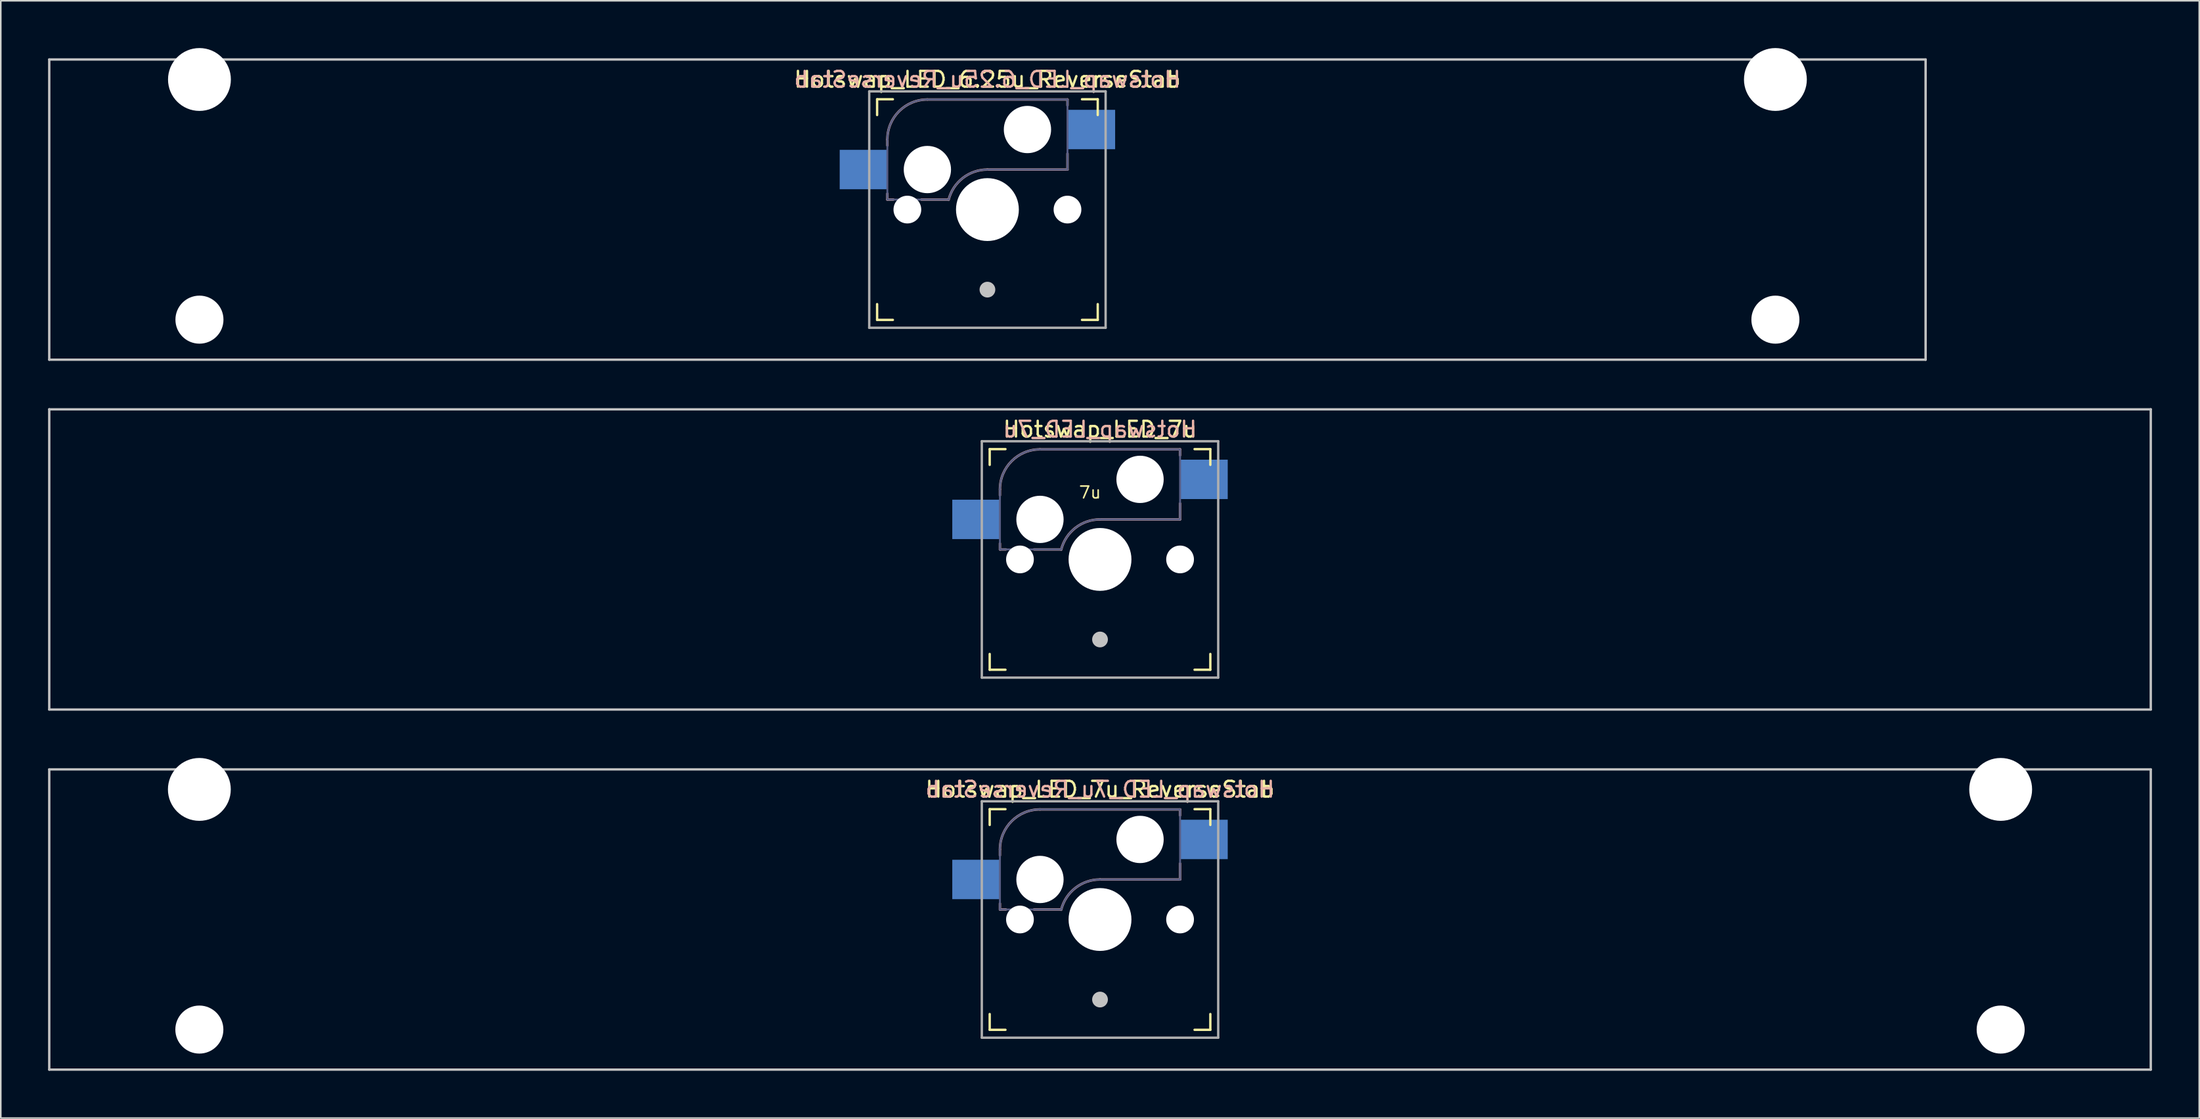
<source format=kicad_pcb>
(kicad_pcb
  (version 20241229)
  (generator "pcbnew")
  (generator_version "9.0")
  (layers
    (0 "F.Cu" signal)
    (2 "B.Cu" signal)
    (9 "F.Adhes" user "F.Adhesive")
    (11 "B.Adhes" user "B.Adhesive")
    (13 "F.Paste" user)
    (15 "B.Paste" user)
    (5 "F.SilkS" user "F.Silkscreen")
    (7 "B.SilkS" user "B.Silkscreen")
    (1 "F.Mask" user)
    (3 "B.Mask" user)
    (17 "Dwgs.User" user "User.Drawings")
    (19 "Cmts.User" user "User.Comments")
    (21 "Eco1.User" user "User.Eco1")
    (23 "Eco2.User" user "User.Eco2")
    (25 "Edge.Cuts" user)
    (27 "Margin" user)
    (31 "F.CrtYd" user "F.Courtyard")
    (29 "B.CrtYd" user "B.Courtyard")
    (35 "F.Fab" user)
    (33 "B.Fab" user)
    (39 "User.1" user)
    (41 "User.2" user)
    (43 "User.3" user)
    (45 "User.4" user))
  (footprint "Hotswap_LED_7u_ReverseStab"
    (layer "F.Cu")
    (at 66.75 55.298)
    (property "Reference" "Hotswap_LED_7u_ReverseStab" (at 0 -8.255 0) (layer "F.SilkS") (effects (font (size 1 1) (thickness 0.15))))
    (attr through_hole)
    (fp_line (start -7 -6) (end -7 -7) (stroke (width 0.15) (type solid)) (layer "F.SilkS"))
    (fp_line (start -7 7) (end -7 6) (stroke (width 0.15) (type solid)) (layer "F.SilkS"))
    (fp_line (start -7 7) (end -6 7) (stroke (width 0.15) (type solid)) (layer "F.SilkS"))
    (fp_line (start -6 -7) (end -7 -7) (stroke (width 0.15) (type solid)) (layer "F.SilkS"))
    (fp_line (start 6 7) (end 7 7) (stroke (width 0.15) (type solid)) (layer "F.SilkS"))
    (fp_line (start 7 -7) (end 6 -7) (stroke (width 0.15) (type solid)) (layer "F.SilkS"))
    (fp_line (start 7 -7) (end 7 -6) (stroke (width 0.15) (type solid)) (layer "F.SilkS"))
    (fp_line (start 7 6) (end 7 7) (stroke (width 0.15) (type solid)) (layer "F.SilkS"))
    (fp_line (start -6.35 -4.445) (end -6.35 -4.064) (stroke (width 0.15) (type solid)) (layer "B.SilkS"))
    (fp_line (start -6.35 -1.016) (end -6.35 -0.635) (stroke (width 0.15) (type solid)) (layer "B.SilkS"))
    (fp_line (start -6.35 -0.635) (end -5.969 -0.635) (stroke (width 0.15) (type solid)) (layer "B.SilkS"))
    (fp_line (start -4.191 -0.635) (end -2.54 -0.635) (stroke (width 0.15) (type solid)) (layer "B.SilkS"))
    (fp_line (start 0 -2.54) (end 5.08 -2.54) (stroke (width 0.15) (type solid)) (layer "B.SilkS"))
    (fp_line (start 5.08 -6.985) (end -3.81 -6.985) (stroke (width 0.15) (type solid)) (layer "B.SilkS"))
    (fp_line (start 5.08 -6.604) (end 5.08 -6.985) (stroke (width 0.15) (type solid)) (layer "B.SilkS"))
    (fp_line (start 5.08 -2.54) (end 5.08 -3.556) (stroke (width 0.15) (type solid)) (layer "B.SilkS"))
    (fp_arc (start -6.35 -4.445) (mid -5.606051 -6.241051) (end -3.81 -6.985) (stroke (width 0.15) (type solid)) (layer "B.SilkS"))
    (fp_arc (start -2.464162 -0.61604) (mid -1.563147 -2.002042) (end 0 -2.54) (stroke (width 0.15) (type solid)) (layer "B.SilkS"))
    (fp_line (start -66.675 -9.525) (end 66.675 -9.525) (stroke (width 0.15) (type solid)) (layer "Dwgs.User"))
    (fp_line (start -66.675 9.525) (end -66.675 -9.525) (stroke (width 0.15) (type solid)) (layer "Dwgs.User"))
    (fp_line (start -66.675 9.525) (end 66.675 9.525) (stroke (width 0.15) (type solid)) (layer "Dwgs.User"))
    (fp_line (start 66.675 -9.525) (end 66.675 9.525) (stroke (width 0.15) (type solid)) (layer "Dwgs.User"))
    (fp_line (start -58.801 -6.096) (end -58.801 5.334) (stroke (width 0.152) (type solid)) (layer "Eco2.User"))
    (fp_line (start -58.801 5.334) (end -55.499 5.334) (stroke (width 0.152) (type solid)) (layer "Eco2.User"))
    (fp_line (start -55.499 -6.096) (end -58.801 -6.096) (stroke (width 0.152) (type solid)) (layer "Eco2.User"))
    (fp_line (start -55.499 5.334) (end -55.499 -6.096) (stroke (width 0.152) (type solid)) (layer "Eco2.User"))
    (fp_line (start -6.9 6.9) (end -6.9 -6.9) (stroke (width 0.15) (type solid)) (layer "Eco2.User"))
    (fp_line (start -6.9 6.9) (end 6.9 6.9) (stroke (width 0.15) (type solid)) (layer "Eco2.User"))
    (fp_line (start 6.9 -6.9) (end -6.9 -6.9) (stroke (width 0.15) (type solid)) (layer "Eco2.User"))
    (fp_line (start 6.9 -6.9) (end 6.9 6.9) (stroke (width 0.15) (type solid)) (layer "Eco2.User"))
    (fp_line (start 55.499 -6.096) (end 55.499 5.334) (stroke (width 0.152) (type solid)) (layer "Eco2.User"))
    (fp_line (start 55.499 5.334) (end 58.801 5.334) (stroke (width 0.152) (type solid)) (layer "Eco2.User"))
    (fp_line (start 58.801 -6.096) (end 55.499 -6.096) (stroke (width 0.152) (type solid)) (layer "Eco2.User"))
    (fp_line (start 58.801 5.334) (end 58.801 -6.096) (stroke (width 0.152) (type solid)) (layer "Eco2.User"))
    (fp_line (start -6.35 -4.445) (end -6.35 -0.635) (stroke (width 0.12) (type solid)) (layer "B.Fab"))
    (fp_line (start -6.35 -0.635) (end -2.54 -0.635) (stroke (width 0.12) (type solid)) (layer "B.Fab"))
    (fp_line (start 0 -2.54) (end 5.08 -2.54) (stroke (width 0.12) (type solid)) (layer "B.Fab"))
    (fp_line (start 5.08 -6.985) (end -3.81 -6.985) (stroke (width 0.12) (type solid)) (layer "B.Fab"))
    (fp_line (start 5.08 -2.54) (end 5.08 -6.985) (stroke (width 0.12) (type solid)) (layer "B.Fab"))
    (fp_arc (start -6.35 -4.445) (mid -5.606051 -6.241051) (end -3.81 -6.985) (stroke (width 0.12) (type solid)) (layer "B.Fab"))
    (fp_arc (start -2.464162 -0.61604) (mid -1.563147 -2.002042) (end 0 -2.54) (stroke (width 0.12) (type solid)) (layer "B.Fab"))
    (fp_line (start -7.5 -7.5) (end 7.5 -7.5) (stroke (width 0.15) (type solid)) (layer "F.Fab"))
    (fp_line (start -7.5 7.5) (end -7.5 -7.5) (stroke (width 0.15) (type solid)) (layer "F.Fab"))
    (fp_line (start 7.5 -7.5) (end 7.5 7.5) (stroke (width 0.15) (type solid)) (layer "F.Fab"))
    (fp_line (start 7.5 7.5) (end -7.5 7.5) (stroke (width 0.15) (type solid)) (layer "F.Fab"))
    (fp_text user "${REFERENCE}" (at 0 -8.255 0) (layer "B.SilkS") (effects (font (size 1 1) (thickness 0.15)) (justify mirror)))
    (pad "" np_thru_hole circle (at -57.15 -8.255 180) (size 3.988 3.988) (drill 3.988) (layers "*.Cu" "*.Mask"))
    (pad "" np_thru_hole circle (at -57.15 6.985 180) (size 3.048 3.048) (drill 3.048) (layers "*.Cu" "*.Mask"))
    (pad "" np_thru_hole circle (at -5.08 0 180) (size 1.76 1.76) (drill 1.76) (layers "*.Cu" "*.Mask"))
    (pad "" np_thru_hole circle (at -3.81 -2.54 180) (size 3 3) (drill 3) (layers "*.Cu" "*.Mask"))
    (pad "" np_thru_hole circle (at 0 0 180) (size 3.988 3.988) (drill 3.988) (layers "*.Cu" "*.Mask"))
    (pad "" smd circle (at 0 5.08 180) (size 1 1) (layers "Dwgs.User"))
    (pad "" np_thru_hole circle (at 2.54 -5.08 180) (size 3 3) (drill 3) (layers "*.Cu" "*.Mask"))
    (pad "" np_thru_hole circle (at 5.08 0 180) (size 1.76 1.76) (drill 1.76) (layers "*.Cu" "*.Mask"))
    (pad "" np_thru_hole circle (at 57.15 -8.255 180) (size 3.988 3.988) (drill 3.988) (layers "*.Cu" "*.Mask"))
    (pad "" np_thru_hole circle (at 57.15 6.985 180) (size 3.048 3.048) (drill 3.048) (layers "*.Cu" "*.Mask"))
    (pad "1" smd rect (at -7.874 -2.54 180) (size 3 2.5) (layers "B.Cu" "B.Mask" "B.Paste"))
    (pad "2" smd rect (at 6.604 -5.08 180) (size 3 2.5) (layers "B.Cu" "B.Mask" "B.Paste")))
  (footprint "Hotswap_LED_6.25u_ReverseStab"
    (layer "F.Cu")
    (at 59.606 10.249)
    (property "Reference" "Hotswap_LED_6.25u_ReverseStab" (at 0 -8.255 0) (layer "F.SilkS") (effects (font (size 1 1) (thickness 0.15))))
    (attr through_hole)
    (fp_line (start -7 -6) (end -7 -7) (stroke (width 0.15) (type solid)) (layer "F.SilkS"))
    (fp_line (start -7 7) (end -7 6) (stroke (width 0.15) (type solid)) (layer "F.SilkS"))
    (fp_line (start -7 7) (end -6 7) (stroke (width 0.15) (type solid)) (layer "F.SilkS"))
    (fp_line (start -6 -7) (end -7 -7) (stroke (width 0.15) (type solid)) (layer "F.SilkS"))
    (fp_line (start 6 7) (end 7 7) (stroke (width 0.15) (type solid)) (layer "F.SilkS"))
    (fp_line (start 7 -7) (end 6 -7) (stroke (width 0.15) (type solid)) (layer "F.SilkS"))
    (fp_line (start 7 -7) (end 7 -6) (stroke (width 0.15) (type solid)) (layer "F.SilkS"))
    (fp_line (start 7 6) (end 7 7) (stroke (width 0.15) (type solid)) (layer "F.SilkS"))
    (fp_line (start -6.35 -4.445) (end -6.35 -4.064) (stroke (width 0.15) (type solid)) (layer "B.SilkS"))
    (fp_line (start -6.35 -1.016) (end -6.35 -0.635) (stroke (width 0.15) (type solid)) (layer "B.SilkS"))
    (fp_line (start -6.35 -0.635) (end -5.969 -0.635) (stroke (width 0.15) (type solid)) (layer "B.SilkS"))
    (fp_line (start -4.191 -0.635) (end -2.54 -0.635) (stroke (width 0.15) (type solid)) (layer "B.SilkS"))
    (fp_line (start 0 -2.54) (end 5.08 -2.54) (stroke (width 0.15) (type solid)) (layer "B.SilkS"))
    (fp_line (start 5.08 -6.985) (end -3.81 -6.985) (stroke (width 0.15) (type solid)) (layer "B.SilkS"))
    (fp_line (start 5.08 -6.604) (end 5.08 -6.985) (stroke (width 0.15) (type solid)) (layer "B.SilkS"))
    (fp_line (start 5.08 -2.54) (end 5.08 -3.556) (stroke (width 0.15) (type solid)) (layer "B.SilkS"))
    (fp_arc (start -6.35 -4.445) (mid -5.606051 -6.241051) (end -3.81 -6.985) (stroke (width 0.15) (type solid)) (layer "B.SilkS"))
    (fp_arc (start -2.464162 -0.61604) (mid -1.563147 -2.002042) (end 0 -2.54) (stroke (width 0.15) (type solid)) (layer "B.SilkS"))
    (fp_line (start -59.531 -9.525) (end 59.531 -9.525) (stroke (width 0.15) (type solid)) (layer "Dwgs.User"))
    (fp_line (start -59.531 9.525) (end -59.531 -9.525) (stroke (width 0.15) (type solid)) (layer "Dwgs.User"))
    (fp_line (start -59.531 9.525) (end 59.531 9.525) (stroke (width 0.15) (type solid)) (layer "Dwgs.User"))
    (fp_line (start 59.531 -9.525) (end 59.531 9.525) (stroke (width 0.15) (type solid)) (layer "Dwgs.User"))
    (fp_line (start -51.651 -6.096) (end -51.651 5.334) (stroke (width 0.152) (type solid)) (layer "Eco2.User"))
    (fp_line (start -51.651 5.334) (end -48.349 5.334) (stroke (width 0.152) (type solid)) (layer "Eco2.User"))
    (fp_line (start -48.349 -6.096) (end -51.651 -6.096) (stroke (width 0.152) (type solid)) (layer "Eco2.User"))
    (fp_line (start -48.349 5.334) (end -48.349 -6.096) (stroke (width 0.152) (type solid)) (layer "Eco2.User"))
    (fp_line (start -6.9 6.9) (end -6.9 -6.9) (stroke (width 0.15) (type solid)) (layer "Eco2.User"))
    (fp_line (start -6.9 6.9) (end 6.9 6.9) (stroke (width 0.15) (type solid)) (layer "Eco2.User"))
    (fp_line (start 6.9 -6.9) (end -6.9 -6.9) (stroke (width 0.15) (type solid)) (layer "Eco2.User"))
    (fp_line (start 6.9 -6.9) (end 6.9 6.9) (stroke (width 0.15) (type solid)) (layer "Eco2.User"))
    (fp_line (start 48.349 -6.096) (end 48.349 5.334) (stroke (width 0.152) (type solid)) (layer "Eco2.User"))
    (fp_line (start 48.349 5.334) (end 51.651 5.334) (stroke (width 0.152) (type solid)) (layer "Eco2.User"))
    (fp_line (start 51.651 -6.096) (end 48.349 -6.096) (stroke (width 0.152) (type solid)) (layer "Eco2.User"))
    (fp_line (start 51.651 5.334) (end 51.651 -6.096) (stroke (width 0.152) (type solid)) (layer "Eco2.User"))
    (fp_line (start -6.35 -4.445) (end -6.35 -0.635) (stroke (width 0.12) (type solid)) (layer "B.Fab"))
    (fp_line (start -6.35 -0.635) (end -2.54 -0.635) (stroke (width 0.12) (type solid)) (layer "B.Fab"))
    (fp_line (start 0 -2.54) (end 5.08 -2.54) (stroke (width 0.12) (type solid)) (layer "B.Fab"))
    (fp_line (start 5.08 -6.985) (end -3.81 -6.985) (stroke (width 0.12) (type solid)) (layer "B.Fab"))
    (fp_line (start 5.08 -2.54) (end 5.08 -6.985) (stroke (width 0.12) (type solid)) (layer "B.Fab"))
    (fp_arc (start -6.35 -4.445) (mid -5.606051 -6.241051) (end -3.81 -6.985) (stroke (width 0.12) (type solid)) (layer "B.Fab"))
    (fp_arc (start -2.464162 -0.61604) (mid -1.563147 -2.002042) (end 0 -2.54) (stroke (width 0.12) (type solid)) (layer "B.Fab"))
    (fp_line (start -7.5 -7.5) (end 7.5 -7.5) (stroke (width 0.15) (type solid)) (layer "F.Fab"))
    (fp_line (start -7.5 7.5) (end -7.5 -7.5) (stroke (width 0.15) (type solid)) (layer "F.Fab"))
    (fp_line (start 7.5 -7.5) (end 7.5 7.5) (stroke (width 0.15) (type solid)) (layer "F.Fab"))
    (fp_line (start 7.5 7.5) (end -7.5 7.5) (stroke (width 0.15) (type solid)) (layer "F.Fab"))
    (fp_text user "${REFERENCE}" (at 0 -8.255 0) (layer "B.SilkS") (effects (font (size 1 1) (thickness 0.15)) (justify mirror)))
    (pad "" np_thru_hole circle (at -50 -8.255 180) (size 3.988 3.988) (drill 3.988) (layers "*.Cu" "*.Mask"))
    (pad "" np_thru_hole circle (at -50 6.985 180) (size 3.048 3.048) (drill 3.048) (layers "*.Cu" "*.Mask"))
    (pad "" np_thru_hole circle (at -5.08 0 180) (size 1.76 1.76) (drill 1.76) (layers "*.Cu" "*.Mask"))
    (pad "" np_thru_hole circle (at -3.81 -2.54 180) (size 3 3) (drill 3) (layers "*.Cu" "*.Mask"))
    (pad "" np_thru_hole circle (at 0 0 180) (size 3.988 3.988) (drill 3.988) (layers "*.Cu" "*.Mask"))
    (pad "" smd circle (at 0 5.08 180) (size 1 1) (layers "Dwgs.User"))
    (pad "" np_thru_hole circle (at 2.54 -5.08 180) (size 3 3) (drill 3) (layers "*.Cu" "*.Mask"))
    (pad "" np_thru_hole circle (at 5.08 0 180) (size 1.76 1.76) (drill 1.76) (layers "*.Cu" "*.Mask"))
    (pad "" np_thru_hole circle (at 50 -8.255 180) (size 3.988 3.988) (drill 3.988) (layers "*.Cu" "*.Mask"))
    (pad "" np_thru_hole circle (at 50 6.985 180) (size 3.048 3.048) (drill 3.048) (layers "*.Cu" "*.Mask"))
    (pad "1" smd rect (at -7.874 -2.54 180) (size 3 2.5) (layers "B.Cu" "B.Mask" "B.Paste"))
    (pad "2" smd rect (at 6.604 -5.08 180) (size 3 2.5) (layers "B.Cu" "B.Mask" "B.Paste")))
  (footprint "Hotswap_LED_7u"
    (layer "F.Cu")
    (at 66.75 32.449)
    (property "Reference" "Hotswap_LED_7u" (at 0 -8.255 0) (layer "F.SilkS") (effects (font (size 1 1) (thickness 0.15))))
    (attr through_hole)
    (fp_line (start -7 -6) (end -7 -7) (stroke (width 0.15) (type solid)) (layer "F.SilkS"))
    (fp_line (start -7 7) (end -7 6) (stroke (width 0.15) (type solid)) (layer "F.SilkS"))
    (fp_line (start -7 7) (end -6 7) (stroke (width 0.15) (type solid)) (layer "F.SilkS"))
    (fp_line (start -6 -7) (end -7 -7) (stroke (width 0.15) (type solid)) (layer "F.SilkS"))
    (fp_line (start 6 7) (end 7 7) (stroke (width 0.15) (type solid)) (layer "F.SilkS"))
    (fp_line (start 7 -7) (end 6 -7) (stroke (width 0.15) (type solid)) (layer "F.SilkS"))
    (fp_line (start 7 -7) (end 7 -6) (stroke (width 0.15) (type solid)) (layer "F.SilkS"))
    (fp_line (start 7 6) (end 7 7) (stroke (width 0.15) (type solid)) (layer "F.SilkS"))
    (fp_line (start -6.35 -4.445) (end -6.35 -4.064) (stroke (width 0.15) (type solid)) (layer "B.SilkS"))
    (fp_line (start -6.35 -1.016) (end -6.35 -0.635) (stroke (width 0.15) (type solid)) (layer "B.SilkS"))
    (fp_line (start -6.35 -0.635) (end -5.969 -0.635) (stroke (width 0.15) (type solid)) (layer "B.SilkS"))
    (fp_line (start -4.191 -0.635) (end -2.54 -0.635) (stroke (width 0.15) (type solid)) (layer "B.SilkS"))
    (fp_line (start 0 -2.54) (end 5.08 -2.54) (stroke (width 0.15) (type solid)) (layer "B.SilkS"))
    (fp_line (start 5.08 -6.985) (end -3.81 -6.985) (stroke (width 0.15) (type solid)) (layer "B.SilkS"))
    (fp_line (start 5.08 -6.604) (end 5.08 -6.985) (stroke (width 0.15) (type solid)) (layer "B.SilkS"))
    (fp_line (start 5.08 -2.54) (end 5.08 -3.556) (stroke (width 0.15) (type solid)) (layer "B.SilkS"))
    (fp_arc (start -6.35 -4.445) (mid -5.606051 -6.241051) (end -3.81 -6.985) (stroke (width 0.15) (type solid)) (layer "B.SilkS"))
    (fp_arc (start -2.464162 -0.61604) (mid -1.563147 -2.002042) (end 0 -2.54) (stroke (width 0.15) (type solid)) (layer "B.SilkS"))
    (fp_line (start -66.675 -9.525) (end 66.675 -9.525) (stroke (width 0.15) (type solid)) (layer "Dwgs.User"))
    (fp_line (start -66.675 9.525) (end -66.675 -9.525) (stroke (width 0.15) (type solid)) (layer "Dwgs.User"))
    (fp_line (start -66.675 9.525) (end 66.675 9.525) (stroke (width 0.15) (type solid)) (layer "Dwgs.User"))
    (fp_line (start 66.675 -9.525) (end 66.675 9.525) (stroke (width 0.15) (type solid)) (layer "Dwgs.User"))
    (fp_line (start -6.9 6.9) (end -6.9 -6.9) (stroke (width 0.15) (type solid)) (layer "Eco2.User"))
    (fp_line (start -6.9 6.9) (end 6.9 6.9) (stroke (width 0.15) (type solid)) (layer "Eco2.User"))
    (fp_line (start 6.9 -6.9) (end -6.9 -6.9) (stroke (width 0.15) (type solid)) (layer "Eco2.User"))
    (fp_line (start 6.9 -6.9) (end 6.9 6.9) (stroke (width 0.15) (type solid)) (layer "Eco2.User"))
    (fp_line (start -6.35 -4.445) (end -6.35 -0.635) (stroke (width 0.12) (type solid)) (layer "B.Fab"))
    (fp_line (start -6.35 -0.635) (end -2.54 -0.635) (stroke (width 0.12) (type solid)) (layer "B.Fab"))
    (fp_line (start 0 -2.54) (end 5.08 -2.54) (stroke (width 0.12) (type solid)) (layer "B.Fab"))
    (fp_line (start 5.08 -6.985) (end -3.81 -6.985) (stroke (width 0.12) (type solid)) (layer "B.Fab"))
    (fp_line (start 5.08 -2.54) (end 5.08 -6.985) (stroke (width 0.12) (type solid)) (layer "B.Fab"))
    (fp_arc (start -6.35 -4.445) (mid -5.606051 -6.241051) (end -3.81 -6.985) (stroke (width 0.12) (type solid)) (layer "B.Fab"))
    (fp_arc (start -2.464162 -0.61604) (mid -1.563147 -2.002042) (end 0 -2.54) (stroke (width 0.12) (type solid)) (layer "B.Fab"))
    (fp_line (start -7.5 -7.5) (end 7.5 -7.5) (stroke (width 0.15) (type solid)) (layer "F.Fab"))
    (fp_line (start -7.5 7.5) (end -7.5 -7.5) (stroke (width 0.15) (type solid)) (layer "F.Fab"))
    (fp_line (start 7.5 -7.5) (end 7.5 7.5) (stroke (width 0.15) (type solid)) (layer "F.Fab"))
    (fp_line (start 7.5 7.5) (end -7.5 7.5) (stroke (width 0.15) (type solid)) (layer "F.Fab"))
    (fp_text user "7u" (at -0.635 -3.81 0) (unlocked yes) (layer "F.SilkS") (effects (font (size 0.75 0.75) (thickness 0.1)) (justify bottom)))
    (fp_text user "${REFERENCE}" (at 0 -8.255 0) (layer "B.SilkS") (effects (font (size 1 1) (thickness 0.15)) (justify mirror)))
    (pad "" np_thru_hole circle (at -5.08 0 180) (size 1.76 1.76) (drill 1.76) (layers "*.Cu" "*.Mask"))
    (pad "" np_thru_hole circle (at -3.81 -2.54 180) (size 3 3) (drill 3) (layers "*.Cu" "*.Mask"))
    (pad "" np_thru_hole circle (at 0 0 180) (size 3.988 3.988) (drill 3.988) (layers "*.Cu" "*.Mask"))
    (pad "" smd circle (at 0 5.08 180) (size 1 1) (layers "Dwgs.User"))
    (pad "" np_thru_hole circle (at 2.54 -5.08 180) (size 3 3) (drill 3) (layers "*.Cu" "*.Mask"))
    (pad "" np_thru_hole circle (at 5.08 0 180) (size 1.76 1.76) (drill 1.76) (layers "*.Cu" "*.Mask"))
    (pad "1" smd rect (at -7.874 -2.54 180) (size 3 2.5) (layers "B.Cu" "B.Mask" "B.Paste"))
    (pad "2" smd rect (at 6.604 -5.08 180) (size 3 2.5) (layers "B.Cu" "B.Mask" "B.Paste")))
  (gr_rect
    (start -3 -3)
    (end 136.5 67.898)
    (stroke (width 0.1) (type default))
    (fill no)
    (layer "Edge.Cuts")))
</source>
